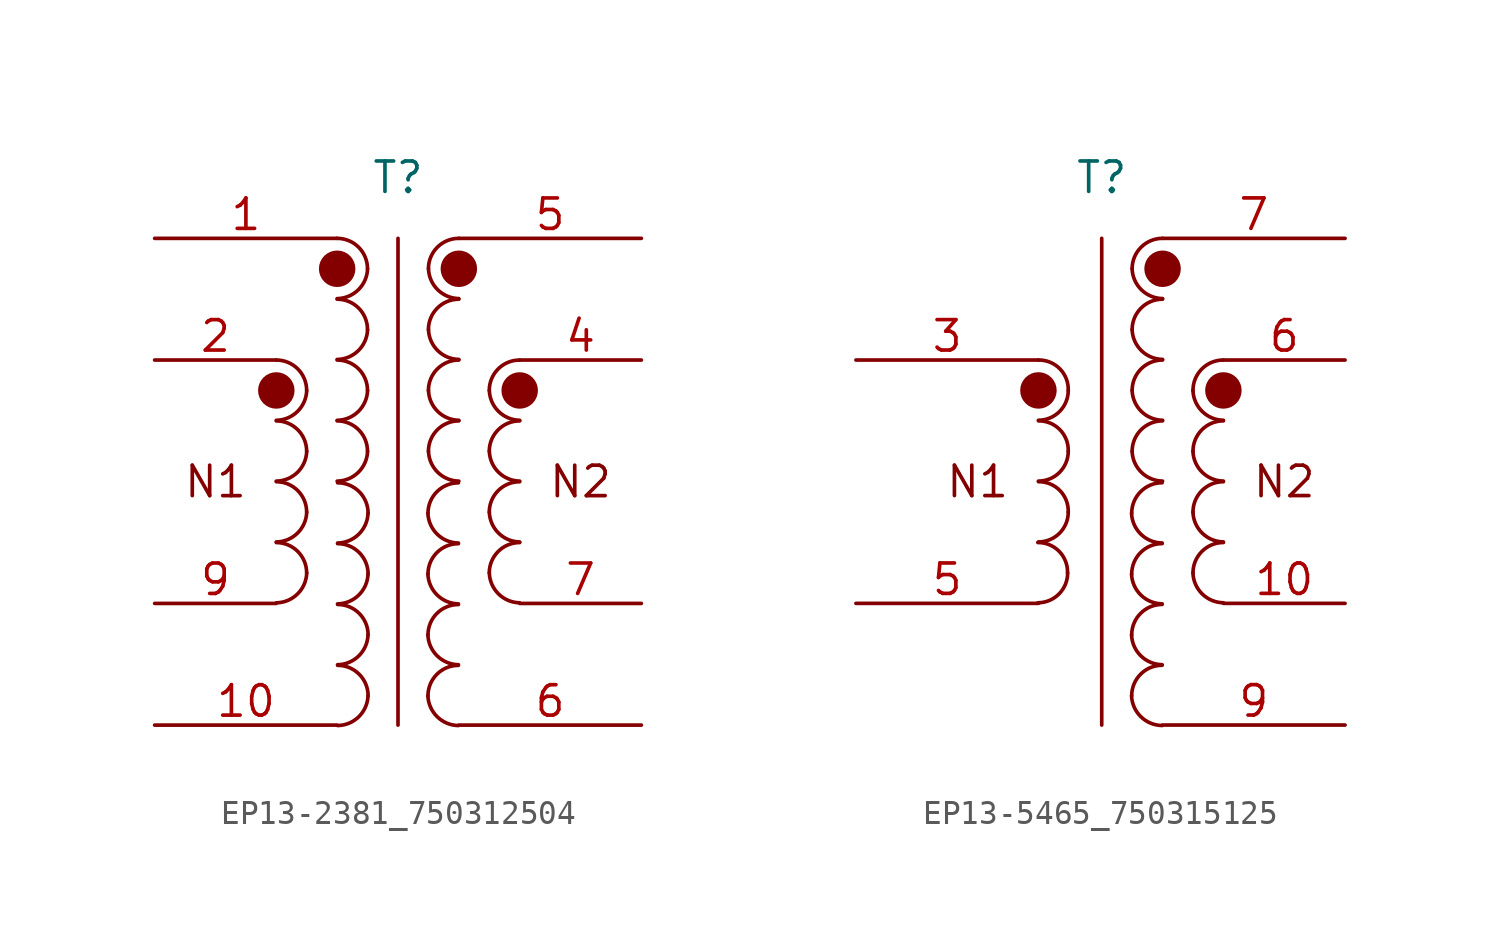
<source format=kicad_sym>
(kicad_symbol_lib
  (version 20220914)
  (generator kicad_symbol_editor)
  (symbol "EP13-2381_750312504"
    (pin_names hide)
    (property "Reference" "T"
      (at 0 12.7 0)
      (effects (font (size 1.27 1.27))))
    (property "Critical Parameter" ""
      (at 0 -5.08 0)
      (effects (font (size 1.27 1.27))))
    (symbol "EP13-2381_750312504_0_1"
      (arc (start -5.08 -5.0546) (mid -4.1961 -4.6863) (end -3.81 -3.81) (stroke (width 0) (type default)) (fill (type none)))
      (arc (start -5.08 -2.5146) (mid -4.1961 -2.1463) (end -3.81 -1.27) (stroke (width 0) (type default)) (fill (type none)))
      (arc (start -5.08 0.0254) (mid -4.1961 0.3937) (end -3.81 1.27) (stroke (width 0) (type default)) (fill (type none)))
      (arc (start -5.08 2.5654) (mid -4.1961 2.9337) (end -3.81 3.81) (stroke (width 0) (type default)) (fill (type none)))
      (arc (start -3.81 -3.81) (mid -4.182 -2.912) (end -5.08 -2.54) (stroke (width 0) (type default)) (fill (type none)))
      (arc (start -3.81 -1.27) (mid -4.182 -0.372) (end -5.08 0) (stroke (width 0) (type default)) (fill (type none)))
      (arc (start -3.81 1.27) (mid -4.182 2.168) (end -5.08 2.54) (stroke (width 0) (type default)) (fill (type none)))
      (arc (start -3.81 3.81) (mid -4.182 4.708) (end -5.08 5.08) (stroke (width 0) (type default)) (fill (type none)))
      (arc (start -2.54 0.0254) (mid -1.6561 0.3937) (end -1.27 1.27) (stroke (width 0) (type default)) (fill (type none)))
      (arc (start -2.54 2.5654) (mid -1.6561 2.9337) (end -1.27 3.81) (stroke (width 0) (type default)) (fill (type none)))
      (arc (start -2.54 5.1054) (mid -1.6561 5.4737) (end -1.27 6.35) (stroke (width 0) (type default)) (fill (type none)))
      (arc (start -2.54 7.6454) (mid -1.6561 8.0137) (end -1.27 8.89) (stroke (width 0) (type default)) (fill (type none)))
      (arc (start -2.5215 -10.1791) (mid -1.6376 -9.8108) (end -1.2515 -8.9345) (stroke (width 0) (type default)) (fill (type none)))
      (arc (start -2.5215 -7.6391) (mid -1.6376 -7.2708) (end -1.2515 -6.3945) (stroke (width 0) (type default)) (fill (type none)))
      (arc (start -2.5215 -5.0991) (mid -1.6376 -4.7308) (end -1.2515 -3.8545) (stroke (width 0) (type default)) (fill (type none)))
      (arc (start -2.5215 -2.5591) (mid -1.6376 -2.1908) (end -1.2515 -1.3145) (stroke (width 0) (type default)) (fill (type none)))
      (arc (start -1.27 1.27) (mid -1.642 2.168) (end -2.54 2.54) (stroke (width 0) (type default)) (fill (type none)))
      (arc (start -1.27 3.81) (mid -1.642 4.708) (end -2.54 5.08) (stroke (width 0) (type default)) (fill (type none)))
      (arc (start -1.27 6.35) (mid -1.642 7.248) (end -2.54 7.62) (stroke (width 0) (type default)) (fill (type none)))
      (arc (start -1.27 8.89) (mid -1.642 9.788) (end -2.54 10.16) (stroke (width 0) (type default)) (fill (type none)))
      (arc (start -1.2515 -8.9345) (mid -1.6235 -8.0365) (end -2.5215 -7.6645) (stroke (width 0) (type default)) (fill (type none)))
      (arc (start -1.2515 -6.3945) (mid -1.6235 -5.4965) (end -2.5215 -5.1245) (stroke (width 0) (type default)) (fill (type none)))
      (arc (start -1.2515 -3.8545) (mid -1.6235 -2.9565) (end -2.5215 -2.5845) (stroke (width 0) (type default)) (fill (type none)))
      (arc (start -1.2515 -1.3145) (mid -1.6235 -0.4165) (end -2.5215 -0.0445) (stroke (width 0) (type default)) (fill (type none)))
      (polyline (pts (xy 0 10.16) (xy 0 -10.16)) (stroke (width 0) (type default)) (fill (type none)))
      (arc (start 1.2515 -8.9345) (mid 1.6376 -9.8108) (end 2.5215 -10.1791) (stroke (width 0) (type default)) (fill (type none)))
      (arc (start 1.2515 -6.3945) (mid 1.6376 -7.2708) (end 2.5215 -7.6391) (stroke (width 0) (type default)) (fill (type none)))
      (arc (start 1.2515 -3.8545) (mid 1.6376 -4.7308) (end 2.5215 -5.0991) (stroke (width 0) (type default)) (fill (type none)))
      (arc (start 1.2515 -1.3145) (mid 1.6376 -2.1908) (end 2.5215 -2.5591) (stroke (width 0) (type default)) (fill (type none)))
      (arc (start 1.27 1.27) (mid 1.6561 0.3937) (end 2.54 0.0254) (stroke (width 0) (type default)) (fill (type none)))
      (arc (start 1.27 3.81) (mid 1.6561 2.9337) (end 2.54 2.5654) (stroke (width 0) (type default)) (fill (type none)))
      (arc (start 1.27 6.35) (mid 1.6561 5.4737) (end 2.54 5.1054) (stroke (width 0) (type default)) (fill (type none)))
      (arc (start 1.27 8.89) (mid 1.6561 8.0137) (end 2.54 7.6454) (stroke (width 0) (type default)) (fill (type none)))
      (arc (start 2.5215 -7.6645) (mid 1.6235 -8.0365) (end 1.2515 -8.9345) (stroke (width 0) (type default)) (fill (type none)))
      (arc (start 2.5215 -5.1245) (mid 1.6235 -5.4965) (end 1.2515 -6.3945) (stroke (width 0) (type default)) (fill (type none)))
      (arc (start 2.5215 -2.5845) (mid 1.6235 -2.9565) (end 1.2515 -3.8545) (stroke (width 0) (type default)) (fill (type none)))
      (arc (start 2.5215 -0.0445) (mid 1.6235 -0.4165) (end 1.2515 -1.3145) (stroke (width 0) (type default)) (fill (type none)))
      (arc (start 2.54 2.54) (mid 1.642 2.168) (end 1.27 1.27) (stroke (width 0) (type default)) (fill (type none)))
      (arc (start 2.54 5.08) (mid 1.642 4.708) (end 1.27 3.81) (stroke (width 0) (type default)) (fill (type none)))
      (arc (start 2.54 7.62) (mid 1.642 7.248) (end 1.27 6.35) (stroke (width 0) (type default)) (fill (type none)))
      (arc (start 2.54 10.16) (mid 1.642 9.788) (end 1.27 8.89) (stroke (width 0) (type default)) (fill (type none)))
      (arc (start 3.81 -3.81) (mid 4.1961 -4.6863) (end 5.08 -5.0546) (stroke (width 0) (type default)) (fill (type none)))
      (arc (start 3.81 -1.27) (mid 4.1961 -2.1463) (end 5.08 -2.5146) (stroke (width 0) (type default)) (fill (type none)))
      (arc (start 3.81 1.27) (mid 4.1961 0.3937) (end 5.08 0.0254) (stroke (width 0) (type default)) (fill (type none)))
      (arc (start 3.81 3.81) (mid 4.1961 2.9337) (end 5.08 2.5654) (stroke (width 0) (type default)) (fill (type none)))
      (arc (start 5.08 -2.54) (mid 4.182 -2.912) (end 3.81 -3.81) (stroke (width 0) (type default)) (fill (type none)))
      (arc (start 5.08 0) (mid 4.182 -0.372) (end 3.81 -1.27) (stroke (width 0) (type default)) (fill (type none)))
      (arc (start 5.08 2.54) (mid 4.182 2.168) (end 3.81 1.27) (stroke (width 0) (type default)) (fill (type none)))
      (arc (start 5.08 5.08) (mid 4.182 4.708) (end 3.81 3.81) (stroke (width 0) (type default)) (fill (type none))))
    (symbol "EP13-2381_750312504_1_1"
      (circle (center -5.08 3.81) (radius 0.0001) (stroke (width 0.762) (type default)) (fill (type none)))
      (circle (center -2.54 8.89) (radius 0.0001) (stroke (width 0.762) (type default)) (fill (type none)))
      (circle (center 2.54 8.89) (radius 0.0001) (stroke (width 0.762) (type default)) (fill (type none)))
      (circle (center 5.08 3.81) (radius 0.0001) (stroke (width 0.762) (type default)) (fill (type none)))
      (text "N1" (at -7.62 0 0) (effects (font (size 1.27 1.27))))
      (text "N2" (at 7.62 0 0) (effects (font (size 1.27 1.27))))
      (pin passive line (at -10.16 10.16 0) (length 7.62) (name "1" (effects (font (size 1.27 1.27)))) (number "1" (effects (font (size 1.27 1.27)))))
      (pin passive line (at -10.16 -10.16 0) (length 7.62) (name "10" (effects (font (size 1.27 1.27)))) (number "10" (effects (font (size 1.27 1.27)))))
      (pin passive line (at -10.16 5.08 0) (length 5.08) (name "2" (effects (font (size 1.27 1.27)))) (number "2" (effects (font (size 1.27 1.27)))))
      (pin passive line (at 10.16 5.08 180) (length 5.08) (name "4" (effects (font (size 1.27 1.27)))) (number "4" (effects (font (size 1.27 1.27)))))
      (pin passive line (at 10.16 10.16 180) (length 7.62) (name "5" (effects (font (size 1.27 1.27)))) (number "5" (effects (font (size 1.27 1.27)))))
      (pin passive line (at 10.16 -10.16 180) (length 7.62) (name "6" (effects (font (size 1.27 1.27)))) (number "6" (effects (font (size 1.27 1.27)))))
      (pin passive line (at 10.16 -5.08 180) (length 5.08) (name "7" (effects (font (size 1.27 1.27)))) (number "7" (effects (font (size 1.27 1.27)))))
      (pin passive line (at -10.16 -5.08 0) (length 5.08) (name "9" (effects (font (size 1.27 1.27)))) (number "9" (effects (font (size 1.27 1.27)))))))
  (symbol "EP13-5465_750315125"
    (pin_names hide)
    (property "Reference" "T"
      (at 0 12.7 0)
      (effects (font (size 1.27 1.27))))
    (property "Critical Parameter" ""
      (at 0 -5.08 0)
      (effects (font (size 1.27 1.27))))
    (symbol "EP13-5465_750315125_0_1"
      (arc (start -2.667 -5.0546) (mid -1.7871 -4.6899) (end -1.4224 -3.81) (stroke (width 0) (type default)) (fill (type none)))
      (arc (start -2.6416 -2.5146) (mid -1.7611 -2.1503) (end -1.397 -1.27) (stroke (width 0) (type default)) (fill (type none)))
      (arc (start -2.6416 0.0254) (mid -1.7611 0.3897) (end -1.397 1.27) (stroke (width 0) (type default)) (fill (type none)))
      (arc (start -2.6416 2.5654) (mid -1.7611 2.9297) (end -1.397 3.81) (stroke (width 0) (type default)) (fill (type none)))
      (arc (start -1.4224 -3.81) (mid -1.7727 -2.9087) (end -2.667 -2.54) (stroke (width 0) (type default)) (fill (type none)))
      (arc (start -1.397 -1.27) (mid -1.7472 -0.3682) (end -2.6416 0) (stroke (width 0) (type default)) (fill (type none)))
      (arc (start -1.397 1.27) (mid -1.7472 2.1718) (end -2.6416 2.54) (stroke (width 0) (type default)) (fill (type none)))
      (arc (start -1.397 3.81) (mid -1.7472 4.7118) (end -2.6416 5.08) (stroke (width 0) (type default)) (fill (type none)))
      (polyline (pts (xy 0 10.16) (xy 0 -10.16)) (stroke (width 0) (type default)) (fill (type none)))
      (arc (start 1.2515 -8.9345) (mid 1.6376 -9.8108) (end 2.5215 -10.1791) (stroke (width 0) (type default)) (fill (type none)))
      (arc (start 1.2515 -6.3945) (mid 1.6376 -7.2708) (end 2.5215 -7.6391) (stroke (width 0) (type default)) (fill (type none)))
      (arc (start 1.2515 -3.8545) (mid 1.6376 -4.7308) (end 2.5215 -5.0991) (stroke (width 0) (type default)) (fill (type none)))
      (arc (start 1.2515 -1.3145) (mid 1.6376 -2.1908) (end 2.5215 -2.5591) (stroke (width 0) (type default)) (fill (type none)))
      (arc (start 1.27 1.27) (mid 1.6561 0.3937) (end 2.54 0.0254) (stroke (width 0) (type default)) (fill (type none)))
      (arc (start 1.27 3.81) (mid 1.6561 2.9337) (end 2.54 2.5654) (stroke (width 0) (type default)) (fill (type none)))
      (arc (start 1.27 6.35) (mid 1.6561 5.4737) (end 2.54 5.1054) (stroke (width 0) (type default)) (fill (type none)))
      (arc (start 1.27 8.89) (mid 1.6561 8.0137) (end 2.54 7.6454) (stroke (width 0) (type default)) (fill (type none)))
      (arc (start 2.5215 -7.6645) (mid 1.6235 -8.0365) (end 1.2515 -8.9345) (stroke (width 0) (type default)) (fill (type none)))
      (arc (start 2.5215 -5.1245) (mid 1.6235 -5.4965) (end 1.2515 -6.3945) (stroke (width 0) (type default)) (fill (type none)))
      (arc (start 2.5215 -2.5845) (mid 1.6235 -2.9565) (end 1.2515 -3.8545) (stroke (width 0) (type default)) (fill (type none)))
      (arc (start 2.5215 -0.0445) (mid 1.6235 -0.4165) (end 1.2515 -1.3145) (stroke (width 0) (type default)) (fill (type none)))
      (arc (start 2.54 2.54) (mid 1.642 2.168) (end 1.27 1.27) (stroke (width 0) (type default)) (fill (type none)))
      (arc (start 2.54 5.08) (mid 1.642 4.708) (end 1.27 3.81) (stroke (width 0) (type default)) (fill (type none)))
      (arc (start 2.54 7.62) (mid 1.642 7.248) (end 1.27 6.35) (stroke (width 0) (type default)) (fill (type none)))
      (arc (start 2.54 10.16) (mid 1.642 9.788) (end 1.27 8.89) (stroke (width 0) (type default)) (fill (type none)))
      (arc (start 3.81 -3.81) (mid 4.1961 -4.6863) (end 5.08 -5.0546) (stroke (width 0) (type default)) (fill (type none)))
      (arc (start 3.81 -1.27) (mid 4.1961 -2.1463) (end 5.08 -2.5146) (stroke (width 0) (type default)) (fill (type none)))
      (arc (start 3.81 1.27) (mid 4.1961 0.3937) (end 5.08 0.0254) (stroke (width 0) (type default)) (fill (type none)))
      (arc (start 3.81 3.81) (mid 4.1961 2.9337) (end 5.08 2.5654) (stroke (width 0) (type default)) (fill (type none)))
      (arc (start 5.08 -2.54) (mid 4.182 -2.912) (end 3.81 -3.81) (stroke (width 0) (type default)) (fill (type none)))
      (arc (start 5.08 0) (mid 4.182 -0.372) (end 3.81 -1.27) (stroke (width 0) (type default)) (fill (type none)))
      (arc (start 5.08 2.54) (mid 4.182 2.168) (end 3.81 1.27) (stroke (width 0) (type default)) (fill (type none)))
      (arc (start 5.08 5.08) (mid 4.182 4.708) (end 3.81 3.81) (stroke (width 0) (type default)) (fill (type none))))
    (symbol "EP13-5465_750315125_1_1"
      (circle (center -2.642 3.81) (radius 0.0001) (stroke (width 0.762) (type default)) (fill (type none)))
      (circle (center 2.54 8.89) (radius 0.0001) (stroke (width 0.762) (type default)) (fill (type none)))
      (circle (center 5.08 3.81) (radius 0.0001) (stroke (width 0.762) (type default)) (fill (type none)))
      (text "N1" (at -5.182 0 0) (effects (font (size 1.27 1.27))))
      (text "N2" (at 7.62 0 0) (effects (font (size 1.27 1.27))))
      (pin passive line (at 10.16 -5.08 180) (length 5.08) (name "10" (effects (font (size 1.27 1.27)))) (number "10" (effects (font (size 1.27 1.27)))))
      (pin passive line (at -10.262 5.08 0) (length 7.62) (name "3" (effects (font (size 1.27 1.27)))) (number "3" (effects (font (size 1.27 1.27)))))
      (pin passive line (at -10.262 -5.08 0) (length 7.62) (name "5" (effects (font (size 1.27 1.27)))) (number "5" (effects (font (size 1.27 1.27)))))
      (pin passive line (at 10.16 5.08 180) (length 5.08) (name "6" (effects (font (size 1.27 1.27)))) (number "6" (effects (font (size 1.27 1.27)))))
      (pin passive line (at 10.16 10.16 180) (length 7.62) (name "7" (effects (font (size 1.27 1.27)))) (number "7" (effects (font (size 1.27 1.27)))))
      (pin passive line (at 10.16 -10.16 180) (length 7.62) (name "9" (effects (font (size 1.27 1.27)))) (number "9" (effects (font (size 1.27 1.27))))))))
</source>
